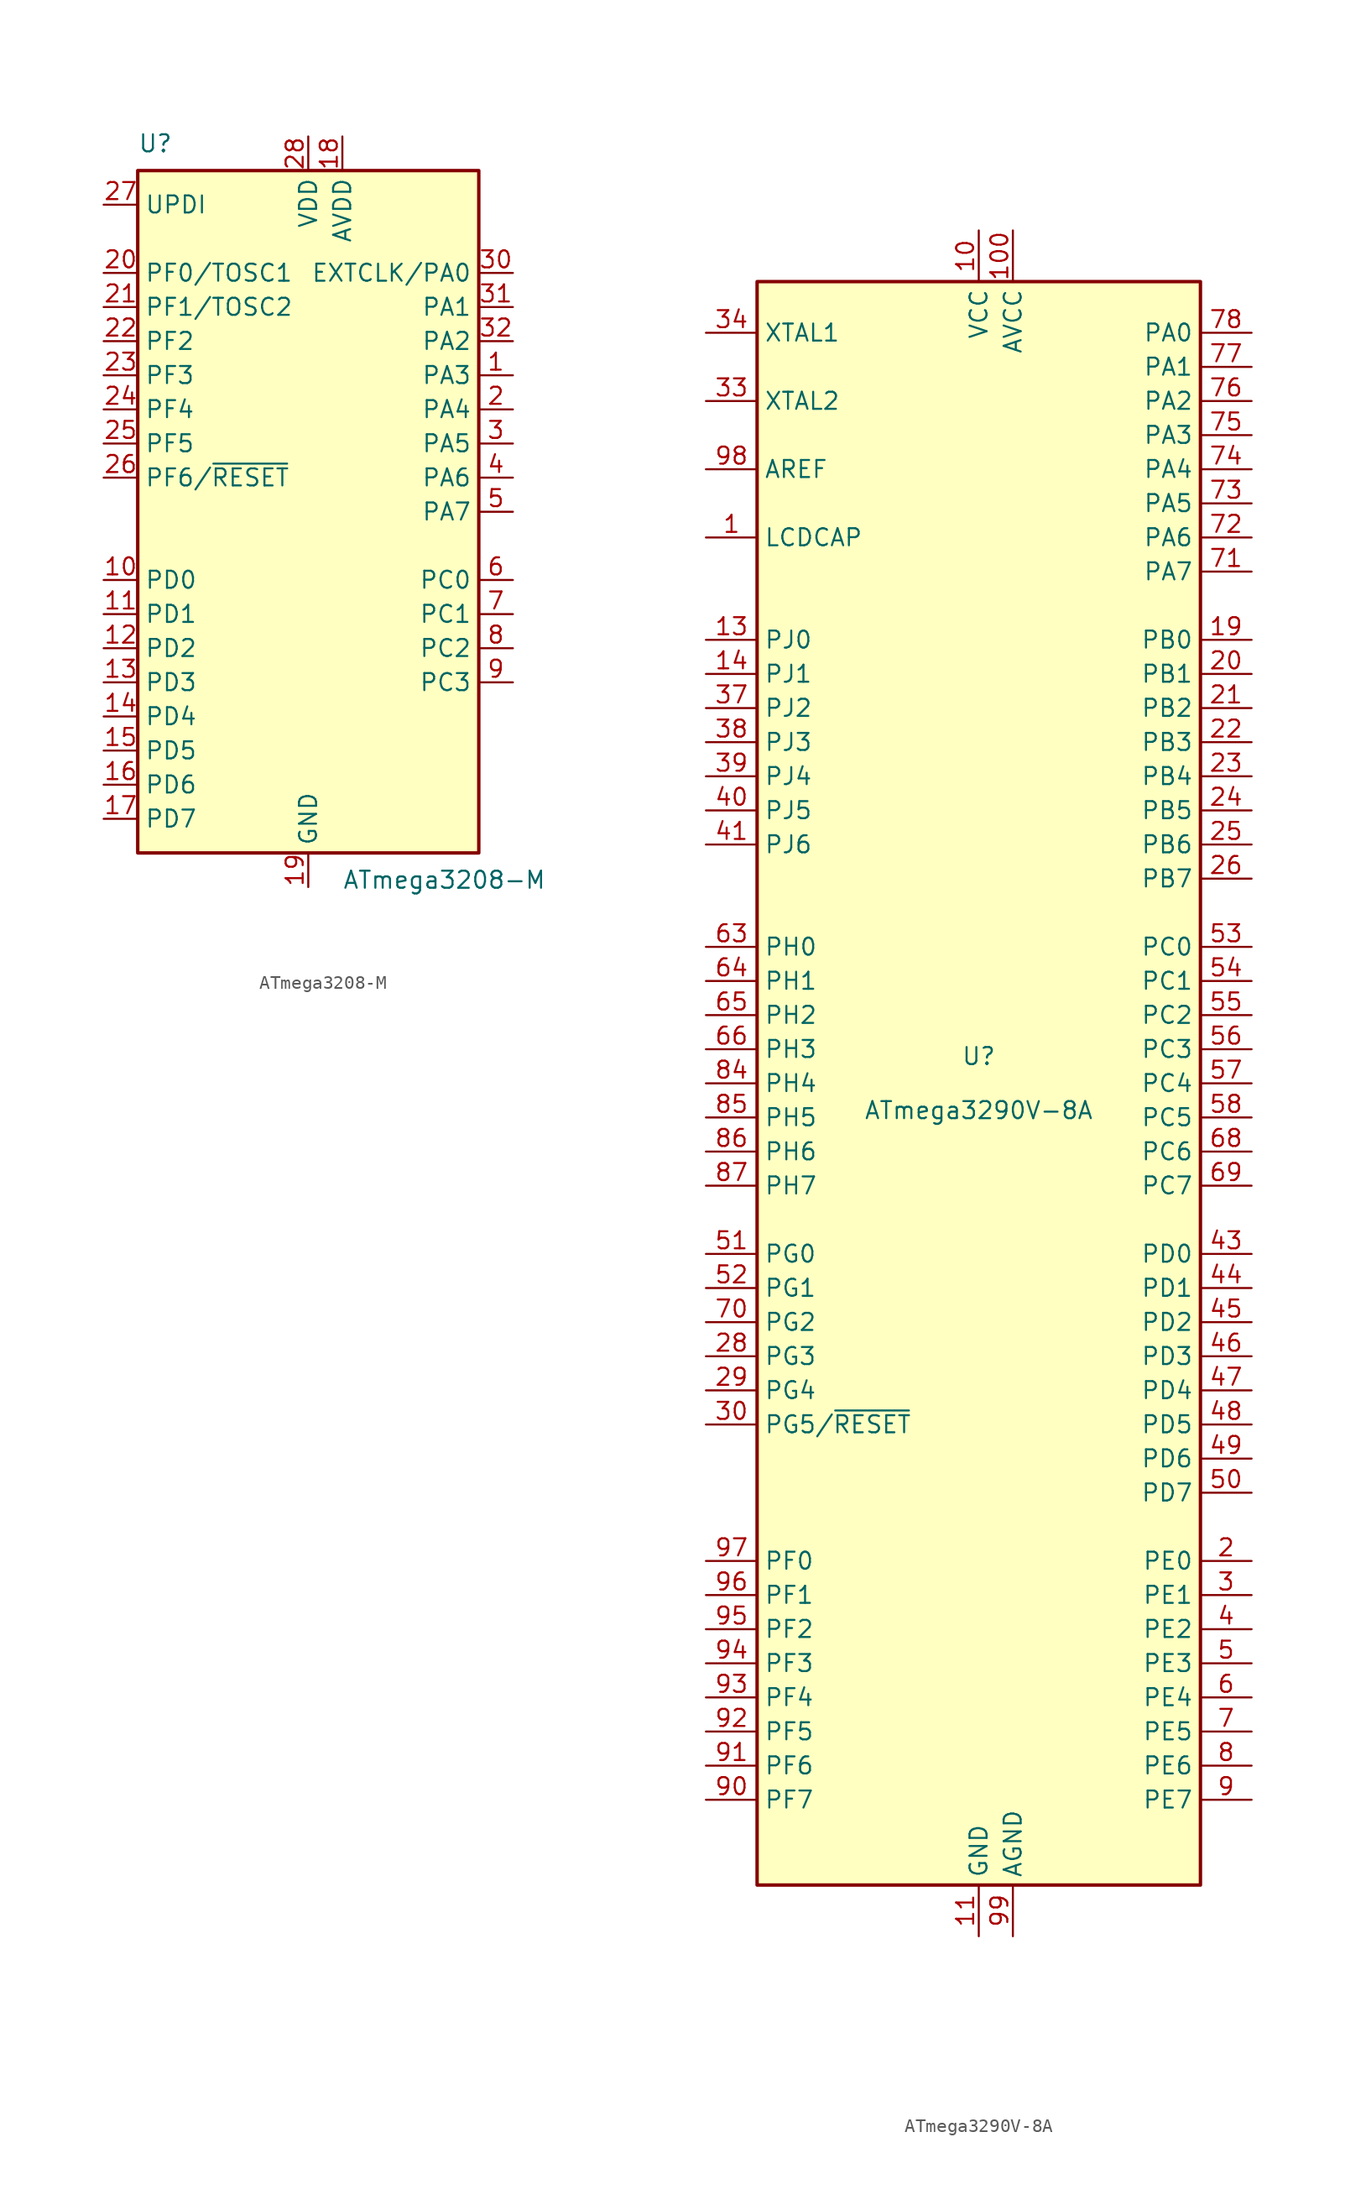
<source format=kicad_sym>
(kicad_symbol_lib
  (version 20220914)
  (generator kicad_symbol_editor)
  (symbol "ATmega3208-M"
    (property "Reference" "U"
      (at -12.7 26.67 0)
      (effects (font (size 1.27 1.27)) (justify left bottom)))
    (property "Value" "ATmega3208-M"
      (at 2.54 -26.67 0)
      (effects (font (size 1.27 1.27)) (justify left top)))
    (symbol "ATmega3208-M_0_1"
      (rectangle (start -12.7 -25.4) (end 12.7 25.4) (stroke (width 0.254) (type default)) (fill (type background))))
    (symbol "ATmega3208-M_1_1"
      (pin bidirectional line (at 15.24 10.16 180) (length 2.54) (name "PA3" (effects (font (size 1.27 1.27)))) (number "1" (effects (font (size 1.27 1.27)))))
      (pin bidirectional line (at -15.24 -5.08 0) (length 2.54) (name "PD0" (effects (font (size 1.27 1.27)))) (number "10" (effects (font (size 1.27 1.27)))))
      (pin bidirectional line (at -15.24 -7.62 0) (length 2.54) (name "PD1" (effects (font (size 1.27 1.27)))) (number "11" (effects (font (size 1.27 1.27)))))
      (pin bidirectional line (at -15.24 -10.16 0) (length 2.54) (name "PD2" (effects (font (size 1.27 1.27)))) (number "12" (effects (font (size 1.27 1.27)))))
      (pin bidirectional line (at -15.24 -12.7 0) (length 2.54) (name "PD3" (effects (font (size 1.27 1.27)))) (number "13" (effects (font (size 1.27 1.27)))))
      (pin bidirectional line (at -15.24 -15.24 0) (length 2.54) (name "PD4" (effects (font (size 1.27 1.27)))) (number "14" (effects (font (size 1.27 1.27)))))
      (pin bidirectional line (at -15.24 -17.78 0) (length 2.54) (name "PD5" (effects (font (size 1.27 1.27)))) (number "15" (effects (font (size 1.27 1.27)))))
      (pin bidirectional line (at -15.24 -20.32 0) (length 2.54) (name "PD6" (effects (font (size 1.27 1.27)))) (number "16" (effects (font (size 1.27 1.27)))))
      (pin bidirectional line (at -15.24 -22.86 0) (length 2.54) (name "PD7" (effects (font (size 1.27 1.27)))) (number "17" (effects (font (size 1.27 1.27)))))
      (pin power_in line (at 2.54 27.94 270) (length 2.54) (name "AVDD" (effects (font (size 1.27 1.27)))) (number "18" (effects (font (size 1.27 1.27)))))
      (pin power_in line (at 0 -27.94 90) (length 2.54) (name "GND" (effects (font (size 1.27 1.27)))) (number "19" (effects (font (size 1.27 1.27)))))
      (pin bidirectional line (at 15.24 7.62 180) (length 2.54) (name "PA4" (effects (font (size 1.27 1.27)))) (number "2" (effects (font (size 1.27 1.27)))))
      (pin bidirectional line (at -15.24 17.78 0) (length 2.54) (name "PF0/TOSC1" (effects (font (size 1.27 1.27)))) (number "20" (effects (font (size 1.27 1.27)))))
      (pin bidirectional line (at -15.24 15.24 0) (length 2.54) (name "PF1/TOSC2" (effects (font (size 1.27 1.27)))) (number "21" (effects (font (size 1.27 1.27)))))
      (pin bidirectional line (at -15.24 12.7 0) (length 2.54) (name "PF2" (effects (font (size 1.27 1.27)))) (number "22" (effects (font (size 1.27 1.27)))))
      (pin bidirectional line (at -15.24 10.16 0) (length 2.54) (name "PF3" (effects (font (size 1.27 1.27)))) (number "23" (effects (font (size 1.27 1.27)))))
      (pin bidirectional line (at -15.24 7.62 0) (length 2.54) (name "PF4" (effects (font (size 1.27 1.27)))) (number "24" (effects (font (size 1.27 1.27)))))
      (pin bidirectional line (at -15.24 5.08 0) (length 2.54) (name "PF5" (effects (font (size 1.27 1.27)))) (number "25" (effects (font (size 1.27 1.27)))))
      (pin bidirectional line (at -15.24 2.54 0) (length 2.54) (name "PF6/~{RESET}" (effects (font (size 1.27 1.27)))) (number "26" (effects (font (size 1.27 1.27)))))
      (pin bidirectional line (at -15.24 22.86 0) (length 2.54) (name "UPDI" (effects (font (size 1.27 1.27)))) (number "27" (effects (font (size 1.27 1.27)))))
      (pin power_in line (at 0 27.94 270) (length 2.54) (name "VDD" (effects (font (size 1.27 1.27)))) (number "28" (effects (font (size 1.27 1.27)))))
      (pin passive line (at 0 -27.94 90) (length 2.54) hide (name "GND" (effects (font (size 1.27 1.27)))) (number "29" (effects (font (size 1.27 1.27)))))
      (pin bidirectional line (at 15.24 5.08 180) (length 2.54) (name "PA5" (effects (font (size 1.27 1.27)))) (number "3" (effects (font (size 1.27 1.27)))))
      (pin bidirectional line (at 15.24 17.78 180) (length 2.54) (name "EXTCLK/PA0" (effects (font (size 1.27 1.27)))) (number "30" (effects (font (size 1.27 1.27)))))
      (pin bidirectional line (at 15.24 15.24 180) (length 2.54) (name "PA1" (effects (font (size 1.27 1.27)))) (number "31" (effects (font (size 1.27 1.27)))))
      (pin bidirectional line (at 15.24 12.7 180) (length 2.54) (name "PA2" (effects (font (size 1.27 1.27)))) (number "32" (effects (font (size 1.27 1.27)))))
      (pin passive line (at 0 -27.94 90) (length 2.54) hide (name "GND" (effects (font (size 1.27 1.27)))) (number "33" (effects (font (size 1.27 1.27)))))
      (pin bidirectional line (at 15.24 2.54 180) (length 2.54) (name "PA6" (effects (font (size 1.27 1.27)))) (number "4" (effects (font (size 1.27 1.27)))))
      (pin bidirectional line (at 15.24 0 180) (length 2.54) (name "PA7" (effects (font (size 1.27 1.27)))) (number "5" (effects (font (size 1.27 1.27)))))
      (pin bidirectional line (at 15.24 -5.08 180) (length 2.54) (name "PC0" (effects (font (size 1.27 1.27)))) (number "6" (effects (font (size 1.27 1.27)))))
      (pin bidirectional line (at 15.24 -7.62 180) (length 2.54) (name "PC1" (effects (font (size 1.27 1.27)))) (number "7" (effects (font (size 1.27 1.27)))))
      (pin bidirectional line (at 15.24 -10.16 180) (length 2.54) (name "PC2" (effects (font (size 1.27 1.27)))) (number "8" (effects (font (size 1.27 1.27)))))
      (pin bidirectional line (at 15.24 -12.7 180) (length 2.54) (name "PC3" (effects (font (size 1.27 1.27)))) (number "9" (effects (font (size 1.27 1.27)))))))
  (symbol "ATmega3290V-8A"
    (property "Reference" "U"
      (at 0 1.27 0)
      (effects (font (size 1.27 1.27)) (justify bottom)))
    (property "Value" "ATmega3290V-8A"
      (at 0 -1.27 0)
      (effects (font (size 1.27 1.27)) (justify top)))
    (symbol "ATmega3290V-8A_0_1"
      (rectangle (start -16.51 -59.69) (end 16.51 59.69) (stroke (width 0.254) (type default)) (fill (type background))))
    (symbol "ATmega3290V-8A_1_1"
      (pin passive line (at -20.32 40.64 0) (length 3.81) (name "LCDCAP" (effects (font (size 1.27 1.27)))) (number "1" (effects (font (size 1.27 1.27)))))
      (pin power_in line (at 0 63.5 270) (length 3.81) (name "VCC" (effects (font (size 1.27 1.27)))) (number "10" (effects (font (size 1.27 1.27)))))
      (pin power_in line (at 2.54 63.5 270) (length 3.81) (name "AVCC" (effects (font (size 1.27 1.27)))) (number "100" (effects (font (size 1.27 1.27)))))
      (pin power_in line (at 0 -63.5 90) (length 3.81) (name "GND" (effects (font (size 1.27 1.27)))) (number "11" (effects (font (size 1.27 1.27)))))
      (pin no_connect line (at -15.24 38.1 0) (length 2.54) hide (name "NC" (effects (font (size 1.27 1.27)))) (number "12" (effects (font (size 1.27 1.27)))))
      (pin bidirectional line (at -20.32 33.02 0) (length 3.81) (name "PJ0" (effects (font (size 1.27 1.27)))) (number "13" (effects (font (size 1.27 1.27)))))
      (pin bidirectional line (at -20.32 30.48 0) (length 3.81) (name "PJ1" (effects (font (size 1.27 1.27)))) (number "14" (effects (font (size 1.27 1.27)))))
      (pin no_connect line (at -15.24 35.56 0) (length 2.54) hide (name "NC" (effects (font (size 1.27 1.27)))) (number "15" (effects (font (size 1.27 1.27)))))
      (pin no_connect line (at -15.24 15.24 0) (length 2.54) hide (name "NC" (effects (font (size 1.27 1.27)))) (number "16" (effects (font (size 1.27 1.27)))))
      (pin no_connect line (at -15.24 12.7 0) (length 2.54) hide (name "NC" (effects (font (size 1.27 1.27)))) (number "17" (effects (font (size 1.27 1.27)))))
      (pin no_connect line (at -15.24 -10.16 0) (length 2.54) hide (name "NC" (effects (font (size 1.27 1.27)))) (number "18" (effects (font (size 1.27 1.27)))))
      (pin bidirectional line (at 20.32 33.02 180) (length 3.81) (name "PB0" (effects (font (size 1.27 1.27)))) (number "19" (effects (font (size 1.27 1.27)))))
      (pin bidirectional line (at 20.32 -35.56 180) (length 3.81) (name "PE0" (effects (font (size 1.27 1.27)))) (number "2" (effects (font (size 1.27 1.27)))))
      (pin bidirectional line (at 20.32 30.48 180) (length 3.81) (name "PB1" (effects (font (size 1.27 1.27)))) (number "20" (effects (font (size 1.27 1.27)))))
      (pin bidirectional line (at 20.32 27.94 180) (length 3.81) (name "PB2" (effects (font (size 1.27 1.27)))) (number "21" (effects (font (size 1.27 1.27)))))
      (pin bidirectional line (at 20.32 25.4 180) (length 3.81) (name "PB3" (effects (font (size 1.27 1.27)))) (number "22" (effects (font (size 1.27 1.27)))))
      (pin bidirectional line (at 20.32 22.86 180) (length 3.81) (name "PB4" (effects (font (size 1.27 1.27)))) (number "23" (effects (font (size 1.27 1.27)))))
      (pin bidirectional line (at 20.32 20.32 180) (length 3.81) (name "PB5" (effects (font (size 1.27 1.27)))) (number "24" (effects (font (size 1.27 1.27)))))
      (pin bidirectional line (at 20.32 17.78 180) (length 3.81) (name "PB6" (effects (font (size 1.27 1.27)))) (number "25" (effects (font (size 1.27 1.27)))))
      (pin bidirectional line (at 20.32 15.24 180) (length 3.81) (name "PB7" (effects (font (size 1.27 1.27)))) (number "26" (effects (font (size 1.27 1.27)))))
      (pin no_connect line (at -15.24 -27.94 0) (length 2.54) hide (name "NC" (effects (font (size 1.27 1.27)))) (number "27" (effects (font (size 1.27 1.27)))))
      (pin bidirectional line (at -20.32 -20.32 0) (length 3.81) (name "PG3" (effects (font (size 1.27 1.27)))) (number "28" (effects (font (size 1.27 1.27)))))
      (pin bidirectional line (at -20.32 -22.86 0) (length 3.81) (name "PG4" (effects (font (size 1.27 1.27)))) (number "29" (effects (font (size 1.27 1.27)))))
      (pin bidirectional line (at 20.32 -38.1 180) (length 3.81) (name "PE1" (effects (font (size 1.27 1.27)))) (number "3" (effects (font (size 1.27 1.27)))))
      (pin bidirectional line (at -20.32 -25.4 0) (length 3.81) (name "PG5/~{RESET}" (effects (font (size 1.27 1.27)))) (number "30" (effects (font (size 1.27 1.27)))))
      (pin passive line (at 0 63.5 270) (length 3.81) hide (name "VCC" (effects (font (size 1.27 1.27)))) (number "31" (effects (font (size 1.27 1.27)))))
      (pin passive line (at 0 -63.5 90) (length 3.81) hide (name "GND" (effects (font (size 1.27 1.27)))) (number "32" (effects (font (size 1.27 1.27)))))
      (pin output line (at -20.32 50.8 0) (length 3.81) (name "XTAL2" (effects (font (size 1.27 1.27)))) (number "33" (effects (font (size 1.27 1.27)))))
      (pin input line (at -20.32 55.88 0) (length 3.81) (name "XTAL1" (effects (font (size 1.27 1.27)))) (number "34" (effects (font (size 1.27 1.27)))))
      (pin no_connect line (at -15.24 -30.48 0) (length 2.54) hide (name "NC" (effects (font (size 1.27 1.27)))) (number "35" (effects (font (size 1.27 1.27)))))
      (pin no_connect line (at -15.24 -33.02 0) (length 2.54) hide (name "NC" (effects (font (size 1.27 1.27)))) (number "36" (effects (font (size 1.27 1.27)))))
      (pin bidirectional line (at -20.32 27.94 0) (length 3.81) (name "PJ2" (effects (font (size 1.27 1.27)))) (number "37" (effects (font (size 1.27 1.27)))))
      (pin bidirectional line (at -20.32 25.4 0) (length 3.81) (name "PJ3" (effects (font (size 1.27 1.27)))) (number "38" (effects (font (size 1.27 1.27)))))
      (pin bidirectional line (at -20.32 22.86 0) (length 3.81) (name "PJ4" (effects (font (size 1.27 1.27)))) (number "39" (effects (font (size 1.27 1.27)))))
      (pin bidirectional line (at 20.32 -40.64 180) (length 3.81) (name "PE2" (effects (font (size 1.27 1.27)))) (number "4" (effects (font (size 1.27 1.27)))))
      (pin bidirectional line (at -20.32 20.32 0) (length 3.81) (name "PJ5" (effects (font (size 1.27 1.27)))) (number "40" (effects (font (size 1.27 1.27)))))
      (pin bidirectional line (at -20.32 17.78 0) (length 3.81) (name "PJ6" (effects (font (size 1.27 1.27)))) (number "41" (effects (font (size 1.27 1.27)))))
      (pin no_connect line (at -15.24 -58.42 90) (length 2.54) hide (name "NC" (effects (font (size 1.27 1.27)))) (number "42" (effects (font (size 1.27 1.27)))))
      (pin bidirectional line (at 20.32 -12.7 180) (length 3.81) (name "PD0" (effects (font (size 1.27 1.27)))) (number "43" (effects (font (size 1.27 1.27)))))
      (pin bidirectional line (at 20.32 -15.24 180) (length 3.81) (name "PD1" (effects (font (size 1.27 1.27)))) (number "44" (effects (font (size 1.27 1.27)))))
      (pin bidirectional line (at 20.32 -17.78 180) (length 3.81) (name "PD2" (effects (font (size 1.27 1.27)))) (number "45" (effects (font (size 1.27 1.27)))))
      (pin bidirectional line (at 20.32 -20.32 180) (length 3.81) (name "PD3" (effects (font (size 1.27 1.27)))) (number "46" (effects (font (size 1.27 1.27)))))
      (pin bidirectional line (at 20.32 -22.86 180) (length 3.81) (name "PD4" (effects (font (size 1.27 1.27)))) (number "47" (effects (font (size 1.27 1.27)))))
      (pin bidirectional line (at 20.32 -25.4 180) (length 3.81) (name "PD5" (effects (font (size 1.27 1.27)))) (number "48" (effects (font (size 1.27 1.27)))))
      (pin bidirectional line (at 20.32 -27.94 180) (length 3.81) (name "PD6" (effects (font (size 1.27 1.27)))) (number "49" (effects (font (size 1.27 1.27)))))
      (pin bidirectional line (at 20.32 -43.18 180) (length 3.81) (name "PE3" (effects (font (size 1.27 1.27)))) (number "5" (effects (font (size 1.27 1.27)))))
      (pin bidirectional line (at 20.32 -30.48 180) (length 3.81) (name "PD7" (effects (font (size 1.27 1.27)))) (number "50" (effects (font (size 1.27 1.27)))))
      (pin bidirectional line (at -20.32 -12.7 0) (length 3.81) (name "PG0" (effects (font (size 1.27 1.27)))) (number "51" (effects (font (size 1.27 1.27)))))
      (pin bidirectional line (at -20.32 -15.24 0) (length 3.81) (name "PG1" (effects (font (size 1.27 1.27)))) (number "52" (effects (font (size 1.27 1.27)))))
      (pin bidirectional line (at 20.32 10.16 180) (length 3.81) (name "PC0" (effects (font (size 1.27 1.27)))) (number "53" (effects (font (size 1.27 1.27)))))
      (pin bidirectional line (at 20.32 7.62 180) (length 3.81) (name "PC1" (effects (font (size 1.27 1.27)))) (number "54" (effects (font (size 1.27 1.27)))))
      (pin bidirectional line (at 20.32 5.08 180) (length 3.81) (name "PC2" (effects (font (size 1.27 1.27)))) (number "55" (effects (font (size 1.27 1.27)))))
      (pin bidirectional line (at 20.32 2.54 180) (length 3.81) (name "PC3" (effects (font (size 1.27 1.27)))) (number "56" (effects (font (size 1.27 1.27)))))
      (pin bidirectional line (at 20.32 0 180) (length 3.81) (name "PC4" (effects (font (size 1.27 1.27)))) (number "57" (effects (font (size 1.27 1.27)))))
      (pin bidirectional line (at 20.32 -2.54 180) (length 3.81) (name "PC5" (effects (font (size 1.27 1.27)))) (number "58" (effects (font (size 1.27 1.27)))))
      (pin no_connect line (at -12.7 -58.42 90) (length 2.54) hide (name "NC" (effects (font (size 1.27 1.27)))) (number "59" (effects (font (size 1.27 1.27)))))
      (pin bidirectional line (at 20.32 -45.72 180) (length 3.81) (name "PE4" (effects (font (size 1.27 1.27)))) (number "6" (effects (font (size 1.27 1.27)))))
      (pin no_connect line (at -10.16 -58.42 90) (length 2.54) hide (name "NC" (effects (font (size 1.27 1.27)))) (number "60" (effects (font (size 1.27 1.27)))))
      (pin no_connect line (at -7.62 -58.42 90) (length 2.54) hide (name "NC" (effects (font (size 1.27 1.27)))) (number "61" (effects (font (size 1.27 1.27)))))
      (pin no_connect line (at -5.08 -58.42 90) (length 2.54) hide (name "NC" (effects (font (size 1.27 1.27)))) (number "62" (effects (font (size 1.27 1.27)))))
      (pin bidirectional line (at -20.32 10.16 0) (length 3.81) (name "PH0" (effects (font (size 1.27 1.27)))) (number "63" (effects (font (size 1.27 1.27)))))
      (pin bidirectional line (at -20.32 7.62 0) (length 3.81) (name "PH1" (effects (font (size 1.27 1.27)))) (number "64" (effects (font (size 1.27 1.27)))))
      (pin bidirectional line (at -20.32 5.08 0) (length 3.81) (name "PH2" (effects (font (size 1.27 1.27)))) (number "65" (effects (font (size 1.27 1.27)))))
      (pin bidirectional line (at -20.32 2.54 0) (length 3.81) (name "PH3" (effects (font (size 1.27 1.27)))) (number "66" (effects (font (size 1.27 1.27)))))
      (pin no_connect line (at -2.54 -58.42 90) (length 2.54) hide (name "NC" (effects (font (size 1.27 1.27)))) (number "67" (effects (font (size 1.27 1.27)))))
      (pin bidirectional line (at 20.32 -5.08 180) (length 3.81) (name "PC6" (effects (font (size 1.27 1.27)))) (number "68" (effects (font (size 1.27 1.27)))))
      (pin bidirectional line (at 20.32 -7.62 180) (length 3.81) (name "PC7" (effects (font (size 1.27 1.27)))) (number "69" (effects (font (size 1.27 1.27)))))
      (pin bidirectional line (at 20.32 -48.26 180) (length 3.81) (name "PE5" (effects (font (size 1.27 1.27)))) (number "7" (effects (font (size 1.27 1.27)))))
      (pin bidirectional line (at -20.32 -17.78 0) (length 3.81) (name "PG2" (effects (font (size 1.27 1.27)))) (number "70" (effects (font (size 1.27 1.27)))))
      (pin bidirectional line (at 20.32 38.1 180) (length 3.81) (name "PA7" (effects (font (size 1.27 1.27)))) (number "71" (effects (font (size 1.27 1.27)))))
      (pin bidirectional line (at 20.32 40.64 180) (length 3.81) (name "PA6" (effects (font (size 1.27 1.27)))) (number "72" (effects (font (size 1.27 1.27)))))
      (pin bidirectional line (at 20.32 43.18 180) (length 3.81) (name "PA5" (effects (font (size 1.27 1.27)))) (number "73" (effects (font (size 1.27 1.27)))))
      (pin bidirectional line (at 20.32 45.72 180) (length 3.81) (name "PA4" (effects (font (size 1.27 1.27)))) (number "74" (effects (font (size 1.27 1.27)))))
      (pin bidirectional line (at 20.32 48.26 180) (length 3.81) (name "PA3" (effects (font (size 1.27 1.27)))) (number "75" (effects (font (size 1.27 1.27)))))
      (pin bidirectional line (at 20.32 50.8 180) (length 3.81) (name "PA2" (effects (font (size 1.27 1.27)))) (number "76" (effects (font (size 1.27 1.27)))))
      (pin bidirectional line (at 20.32 53.34 180) (length 3.81) (name "PA1" (effects (font (size 1.27 1.27)))) (number "77" (effects (font (size 1.27 1.27)))))
      (pin bidirectional line (at 20.32 55.88 180) (length 3.81) (name "PA0" (effects (font (size 1.27 1.27)))) (number "78" (effects (font (size 1.27 1.27)))))
      (pin no_connect line (at 5.08 -58.42 90) (length 2.54) hide (name "NC" (effects (font (size 1.27 1.27)))) (number "79" (effects (font (size 1.27 1.27)))))
      (pin bidirectional line (at 20.32 -50.8 180) (length 3.81) (name "PE6" (effects (font (size 1.27 1.27)))) (number "8" (effects (font (size 1.27 1.27)))))
      (pin passive line (at 0 63.5 270) (length 3.81) hide (name "VCC" (effects (font (size 1.27 1.27)))) (number "80" (effects (font (size 1.27 1.27)))))
      (pin passive line (at 0 -63.5 90) (length 3.81) hide (name "GND" (effects (font (size 1.27 1.27)))) (number "81" (effects (font (size 1.27 1.27)))))
      (pin no_connect line (at 7.62 -58.42 90) (length 2.54) hide (name "NC" (effects (font (size 1.27 1.27)))) (number "82" (effects (font (size 1.27 1.27)))))
      (pin no_connect line (at 10.16 -58.42 90) (length 2.54) hide (name "NC" (effects (font (size 1.27 1.27)))) (number "83" (effects (font (size 1.27 1.27)))))
      (pin bidirectional line (at -20.32 0 0) (length 3.81) (name "PH4" (effects (font (size 1.27 1.27)))) (number "84" (effects (font (size 1.27 1.27)))))
      (pin bidirectional line (at -20.32 -2.54 0) (length 3.81) (name "PH5" (effects (font (size 1.27 1.27)))) (number "85" (effects (font (size 1.27 1.27)))))
      (pin bidirectional line (at -20.32 -5.08 0) (length 3.81) (name "PH6" (effects (font (size 1.27 1.27)))) (number "86" (effects (font (size 1.27 1.27)))))
      (pin bidirectional line (at -20.32 -7.62 0) (length 3.81) (name "PH7" (effects (font (size 1.27 1.27)))) (number "87" (effects (font (size 1.27 1.27)))))
      (pin no_connect line (at 12.7 -58.42 90) (length 2.54) hide (name "NC" (effects (font (size 1.27 1.27)))) (number "88" (effects (font (size 1.27 1.27)))))
      (pin no_connect line (at 15.24 -58.42 90) (length 2.54) hide (name "NC" (effects (font (size 1.27 1.27)))) (number "89" (effects (font (size 1.27 1.27)))))
      (pin bidirectional line (at 20.32 -53.34 180) (length 3.81) (name "PE7" (effects (font (size 1.27 1.27)))) (number "9" (effects (font (size 1.27 1.27)))))
      (pin bidirectional line (at -20.32 -53.34 0) (length 3.81) (name "PF7" (effects (font (size 1.27 1.27)))) (number "90" (effects (font (size 1.27 1.27)))))
      (pin bidirectional line (at -20.32 -50.8 0) (length 3.81) (name "PF6" (effects (font (size 1.27 1.27)))) (number "91" (effects (font (size 1.27 1.27)))))
      (pin bidirectional line (at -20.32 -48.26 0) (length 3.81) (name "PF5" (effects (font (size 1.27 1.27)))) (number "92" (effects (font (size 1.27 1.27)))))
      (pin bidirectional line (at -20.32 -45.72 0) (length 3.81) (name "PF4" (effects (font (size 1.27 1.27)))) (number "93" (effects (font (size 1.27 1.27)))))
      (pin bidirectional line (at -20.32 -43.18 0) (length 3.81) (name "PF3" (effects (font (size 1.27 1.27)))) (number "94" (effects (font (size 1.27 1.27)))))
      (pin bidirectional line (at -20.32 -40.64 0) (length 3.81) (name "PF2" (effects (font (size 1.27 1.27)))) (number "95" (effects (font (size 1.27 1.27)))))
      (pin bidirectional line (at -20.32 -38.1 0) (length 3.81) (name "PF1" (effects (font (size 1.27 1.27)))) (number "96" (effects (font (size 1.27 1.27)))))
      (pin bidirectional line (at -20.32 -35.56 0) (length 3.81) (name "PF0" (effects (font (size 1.27 1.27)))) (number "97" (effects (font (size 1.27 1.27)))))
      (pin passive line (at -20.32 45.72 0) (length 3.81) (name "AREF" (effects (font (size 1.27 1.27)))) (number "98" (effects (font (size 1.27 1.27)))))
      (pin power_in line (at 2.54 -63.5 90) (length 3.81) (name "AGND" (effects (font (size 1.27 1.27)))) (number "99" (effects (font (size 1.27 1.27))))))))
</source>
